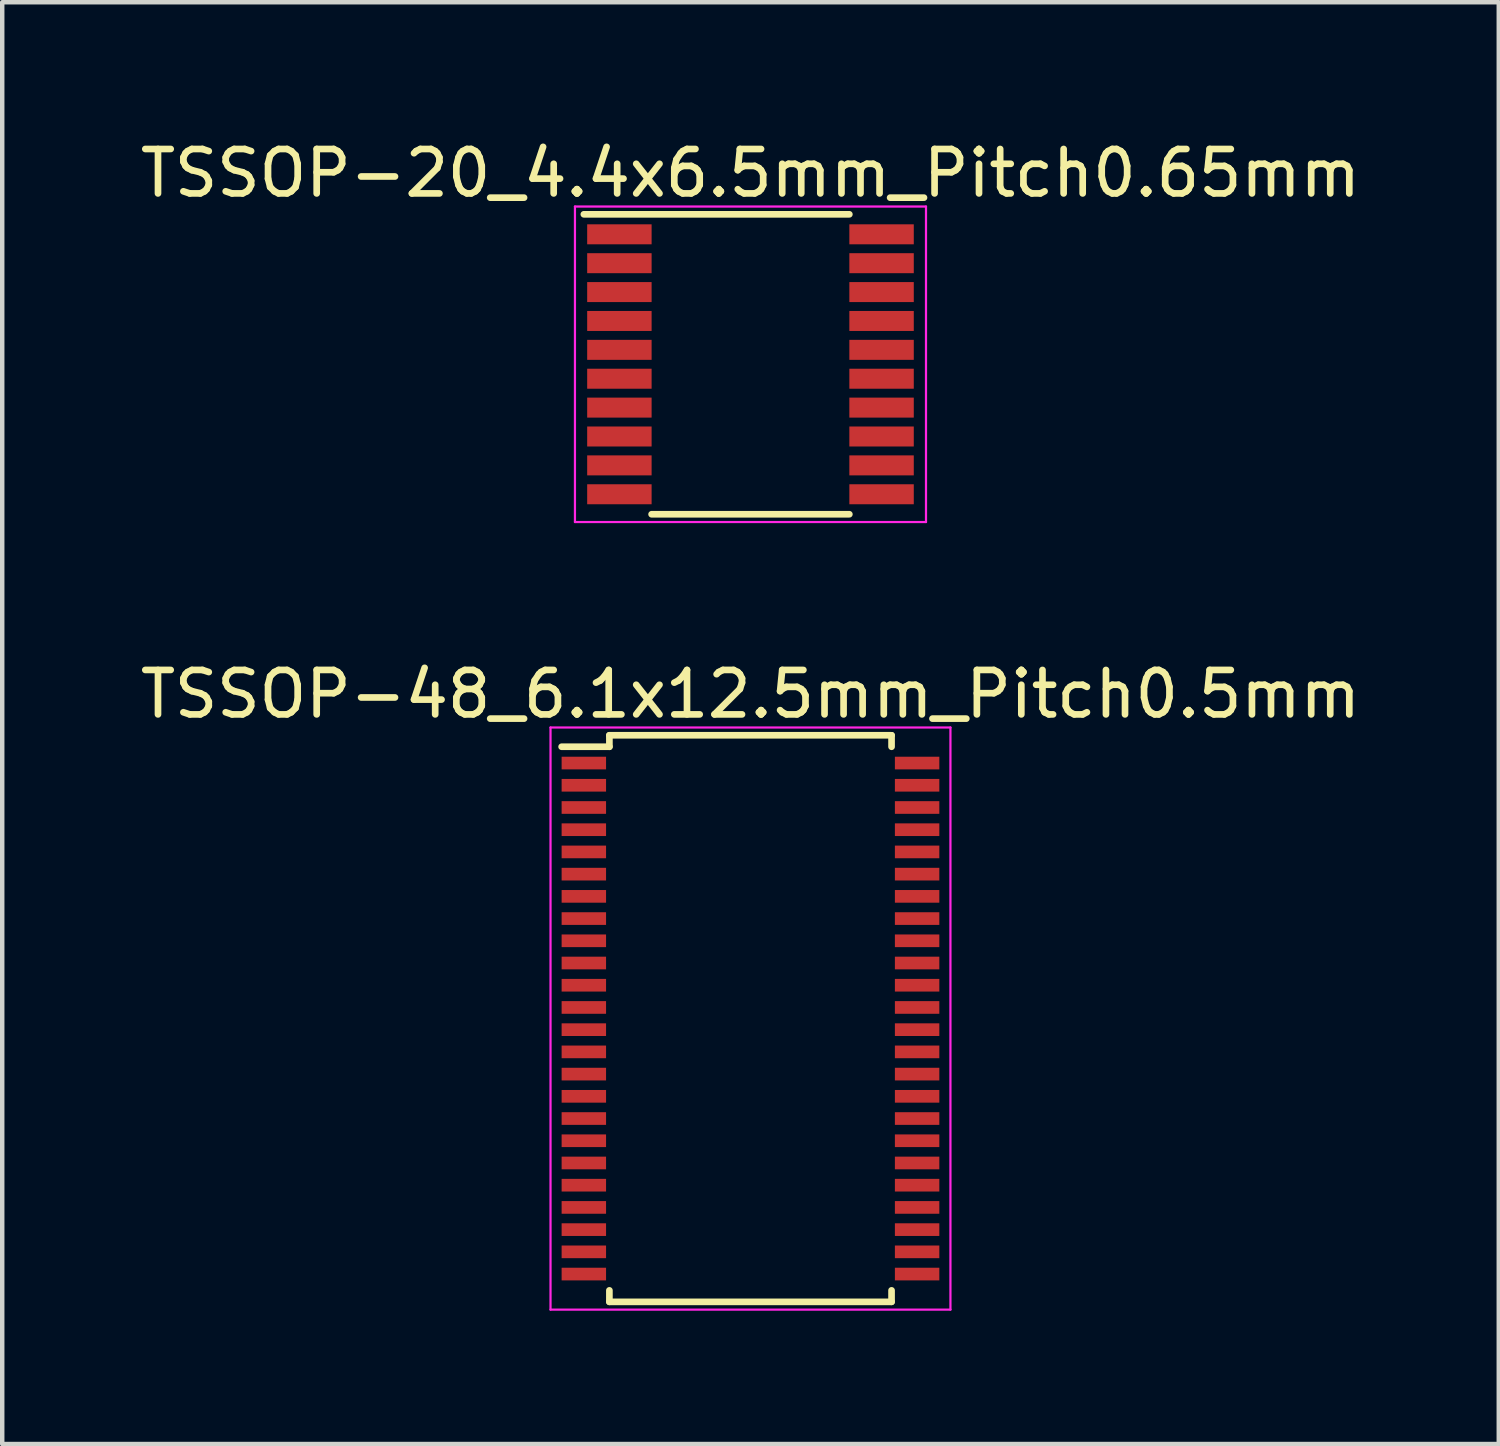
<source format=kicad_pcb>
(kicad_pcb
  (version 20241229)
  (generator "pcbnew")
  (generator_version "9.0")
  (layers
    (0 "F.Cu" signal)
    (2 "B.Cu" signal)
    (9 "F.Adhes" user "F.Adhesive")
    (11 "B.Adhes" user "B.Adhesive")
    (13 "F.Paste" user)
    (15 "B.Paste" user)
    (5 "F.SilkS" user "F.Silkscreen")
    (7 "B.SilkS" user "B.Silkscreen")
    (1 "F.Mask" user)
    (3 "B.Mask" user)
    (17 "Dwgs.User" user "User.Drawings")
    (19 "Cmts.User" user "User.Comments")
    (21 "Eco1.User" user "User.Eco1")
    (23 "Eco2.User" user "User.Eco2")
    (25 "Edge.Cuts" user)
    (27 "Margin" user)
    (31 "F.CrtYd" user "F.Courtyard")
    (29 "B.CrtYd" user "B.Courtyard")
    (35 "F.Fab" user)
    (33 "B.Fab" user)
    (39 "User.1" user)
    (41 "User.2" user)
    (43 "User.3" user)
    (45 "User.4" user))
  (footprint "TSSOP-48_6.1x12.5mm_Pitch0.5mm"
    (layer "F.Cu")
    (at 13.839 19.872)
    (property "Reference" "TSSOP-48_6.1x12.5mm_Pitch0.5mm" (at 0 -7.3 0) (layer "F.SilkS") (effects (font (size 1 1) (thickness 0.15))))
    (attr smd)
    (fp_line (start -3.175 -6.375) (end -3.175 -6.117) (stroke (width 0.15) (type solid)) (layer "F.SilkS"))
    (fp_line (start -3.175 -6.375) (end 3.175 -6.375) (stroke (width 0.15) (type solid)) (layer "F.SilkS"))
    (fp_line (start -3.175 -6.117) (end -4.25 -6.117) (stroke (width 0.15) (type solid)) (layer "F.SilkS"))
    (fp_line (start -3.175 6.375) (end -3.175 6.117) (stroke (width 0.15) (type solid)) (layer "F.SilkS"))
    (fp_line (start -3.175 6.375) (end 3.175 6.375) (stroke (width 0.15) (type solid)) (layer "F.SilkS"))
    (fp_line (start 3.175 -6.375) (end 3.175 -6.117) (stroke (width 0.15) (type solid)) (layer "F.SilkS"))
    (fp_line (start 3.175 6.375) (end 3.175 6.117) (stroke (width 0.15) (type solid)) (layer "F.SilkS"))
    (fp_line (start -4.5 -6.55) (end -4.5 6.55) (stroke (width 0.05) (type solid)) (layer "F.CrtYd"))
    (fp_line (start -4.5 -6.55) (end 4.5 -6.55) (stroke (width 0.05) (type solid)) (layer "F.CrtYd"))
    (fp_line (start -4.5 6.55) (end 4.5 6.55) (stroke (width 0.05) (type solid)) (layer "F.CrtYd"))
    (fp_line (start 4.5 -6.55) (end 4.5 6.55) (stroke (width 0.05) (type solid)) (layer "F.CrtYd"))
    (pad "1" smd rect (at -3.75 -5.75) (size 1 0.285) (layers "F.Cu" "F.Mask" "F.Paste"))
    (pad "2" smd rect (at -3.75 -5.25) (size 1 0.285) (layers "F.Cu" "F.Mask" "F.Paste"))
    (pad "3" smd rect (at -3.75 -4.75) (size 1 0.285) (layers "F.Cu" "F.Mask" "F.Paste"))
    (pad "4" smd rect (at -3.75 -4.25) (size 1 0.285) (layers "F.Cu" "F.Mask" "F.Paste"))
    (pad "5" smd rect (at -3.75 -3.75) (size 1 0.285) (layers "F.Cu" "F.Mask" "F.Paste"))
    (pad "6" smd rect (at -3.75 -3.25) (size 1 0.285) (layers "F.Cu" "F.Mask" "F.Paste"))
    (pad "7" smd rect (at -3.75 -2.75) (size 1 0.285) (layers "F.Cu" "F.Mask" "F.Paste"))
    (pad "8" smd rect (at -3.75 -2.25) (size 1 0.285) (layers "F.Cu" "F.Mask" "F.Paste"))
    (pad "9" smd rect (at -3.75 -1.75) (size 1 0.285) (layers "F.Cu" "F.Mask" "F.Paste"))
    (pad "10" smd rect (at -3.75 -1.25) (size 1 0.285) (layers "F.Cu" "F.Mask" "F.Paste"))
    (pad "11" smd rect (at -3.75 -0.75) (size 1 0.285) (layers "F.Cu" "F.Mask" "F.Paste"))
    (pad "12" smd rect (at -3.75 -0.25) (size 1 0.285) (layers "F.Cu" "F.Mask" "F.Paste"))
    (pad "13" smd rect (at -3.75 0.25) (size 1 0.285) (layers "F.Cu" "F.Mask" "F.Paste"))
    (pad "14" smd rect (at -3.75 0.75) (size 1 0.285) (layers "F.Cu" "F.Mask" "F.Paste"))
    (pad "15" smd rect (at -3.75 1.25) (size 1 0.285) (layers "F.Cu" "F.Mask" "F.Paste"))
    (pad "16" smd rect (at -3.75 1.75) (size 1 0.285) (layers "F.Cu" "F.Mask" "F.Paste"))
    (pad "17" smd rect (at -3.75 2.25) (size 1 0.285) (layers "F.Cu" "F.Mask" "F.Paste"))
    (pad "18" smd rect (at -3.75 2.75) (size 1 0.285) (layers "F.Cu" "F.Mask" "F.Paste"))
    (pad "19" smd rect (at -3.75 3.25) (size 1 0.285) (layers "F.Cu" "F.Mask" "F.Paste"))
    (pad "20" smd rect (at -3.75 3.75) (size 1 0.285) (layers "F.Cu" "F.Mask" "F.Paste"))
    (pad "21" smd rect (at -3.75 4.25) (size 1 0.285) (layers "F.Cu" "F.Mask" "F.Paste"))
    (pad "22" smd rect (at -3.75 4.75) (size 1 0.285) (layers "F.Cu" "F.Mask" "F.Paste"))
    (pad "23" smd rect (at -3.75 5.25) (size 1 0.285) (layers "F.Cu" "F.Mask" "F.Paste"))
    (pad "24" smd rect (at -3.75 5.75) (size 1 0.285) (layers "F.Cu" "F.Mask" "F.Paste"))
    (pad "25" smd rect (at 3.75 5.75) (size 1 0.285) (layers "F.Cu" "F.Mask" "F.Paste"))
    (pad "26" smd rect (at 3.75 5.25) (size 1 0.285) (layers "F.Cu" "F.Mask" "F.Paste"))
    (pad "27" smd rect (at 3.75 4.75) (size 1 0.285) (layers "F.Cu" "F.Mask" "F.Paste"))
    (pad "28" smd rect (at 3.75 4.25) (size 1 0.285) (layers "F.Cu" "F.Mask" "F.Paste"))
    (pad "29" smd rect (at 3.75 3.75) (size 1 0.285) (layers "F.Cu" "F.Mask" "F.Paste"))
    (pad "30" smd rect (at 3.75 3.25) (size 1 0.285) (layers "F.Cu" "F.Mask" "F.Paste"))
    (pad "31" smd rect (at 3.75 2.75) (size 1 0.285) (layers "F.Cu" "F.Mask" "F.Paste"))
    (pad "32" smd rect (at 3.75 2.25) (size 1 0.285) (layers "F.Cu" "F.Mask" "F.Paste"))
    (pad "33" smd rect (at 3.75 1.75) (size 1 0.285) (layers "F.Cu" "F.Mask" "F.Paste"))
    (pad "34" smd rect (at 3.75 1.25) (size 1 0.285) (layers "F.Cu" "F.Mask" "F.Paste"))
    (pad "35" smd rect (at 3.75 0.75) (size 1 0.285) (layers "F.Cu" "F.Mask" "F.Paste"))
    (pad "36" smd rect (at 3.75 0.25) (size 1 0.285) (layers "F.Cu" "F.Mask" "F.Paste"))
    (pad "37" smd rect (at 3.75 -0.25) (size 1 0.285) (layers "F.Cu" "F.Mask" "F.Paste"))
    (pad "38" smd rect (at 3.75 -0.75) (size 1 0.285) (layers "F.Cu" "F.Mask" "F.Paste"))
    (pad "39" smd rect (at 3.75 -1.25) (size 1 0.285) (layers "F.Cu" "F.Mask" "F.Paste"))
    (pad "40" smd rect (at 3.75 -1.75) (size 1 0.285) (layers "F.Cu" "F.Mask" "F.Paste"))
    (pad "41" smd rect (at 3.75 -2.25) (size 1 0.285) (layers "F.Cu" "F.Mask" "F.Paste"))
    (pad "42" smd rect (at 3.75 -2.75) (size 1 0.285) (layers "F.Cu" "F.Mask" "F.Paste"))
    (pad "43" smd rect (at 3.75 -3.25) (size 1 0.285) (layers "F.Cu" "F.Mask" "F.Paste"))
    (pad "44" smd rect (at 3.75 -3.75) (size 1 0.285) (layers "F.Cu" "F.Mask" "F.Paste"))
    (pad "45" smd rect (at 3.75 -4.25) (size 1 0.285) (layers "F.Cu" "F.Mask" "F.Paste"))
    (pad "46" smd rect (at 3.75 -4.75) (size 1 0.285) (layers "F.Cu" "F.Mask" "F.Paste"))
    (pad "47" smd rect (at 3.75 -5.25) (size 1 0.285) (layers "F.Cu" "F.Mask" "F.Paste"))
    (pad "48" smd rect (at 3.75 -5.75) (size 1 0.285) (layers "F.Cu" "F.Mask" "F.Paste")))
  (footprint "TSSOP-20_4.4x6.5mm_Pitch0.65mm"
    (layer "F.Cu")
    (at 13.839 5.148)
    (property "Reference" "TSSOP-20_4.4x6.5mm_Pitch0.65mm" (at 0 -4.3 0) (layer "F.SilkS") (effects (font (size 1 1) (thickness 0.15))))
    (attr smd)
    (fp_line (start -3.75 -3.375) (end 2.225 -3.375) (stroke (width 0.15) (type solid)) (layer "F.SilkS"))
    (fp_line (start -2.225 3.375) (end 2.225 3.375) (stroke (width 0.15) (type solid)) (layer "F.SilkS"))
    (fp_line (start -3.95 -3.55) (end -3.95 3.55) (stroke (width 0.05) (type solid)) (layer "F.CrtYd"))
    (fp_line (start -3.95 -3.55) (end 3.95 -3.55) (stroke (width 0.05) (type solid)) (layer "F.CrtYd"))
    (fp_line (start -3.95 3.55) (end 3.95 3.55) (stroke (width 0.05) (type solid)) (layer "F.CrtYd"))
    (fp_line (start 3.95 -3.55) (end 3.95 3.55) (stroke (width 0.05) (type solid)) (layer "F.CrtYd"))
    (pad "1" smd rect (at -2.95 -2.925) (size 1.45 0.45) (layers "F.Cu" "F.Mask" "F.Paste"))
    (pad "2" smd rect (at -2.95 -2.275) (size 1.45 0.45) (layers "F.Cu" "F.Mask" "F.Paste"))
    (pad "3" smd rect (at -2.95 -1.625) (size 1.45 0.45) (layers "F.Cu" "F.Mask" "F.Paste"))
    (pad "4" smd rect (at -2.95 -0.975) (size 1.45 0.45) (layers "F.Cu" "F.Mask" "F.Paste"))
    (pad "5" smd rect (at -2.95 -0.325) (size 1.45 0.45) (layers "F.Cu" "F.Mask" "F.Paste"))
    (pad "6" smd rect (at -2.95 0.325) (size 1.45 0.45) (layers "F.Cu" "F.Mask" "F.Paste"))
    (pad "7" smd rect (at -2.95 0.975) (size 1.45 0.45) (layers "F.Cu" "F.Mask" "F.Paste"))
    (pad "8" smd rect (at -2.95 1.625) (size 1.45 0.45) (layers "F.Cu" "F.Mask" "F.Paste"))
    (pad "9" smd rect (at -2.95 2.275) (size 1.45 0.45) (layers "F.Cu" "F.Mask" "F.Paste"))
    (pad "10" smd rect (at -2.95 2.925) (size 1.45 0.45) (layers "F.Cu" "F.Mask" "F.Paste"))
    (pad "11" smd rect (at 2.95 2.925) (size 1.45 0.45) (layers "F.Cu" "F.Mask" "F.Paste"))
    (pad "12" smd rect (at 2.95 2.275) (size 1.45 0.45) (layers "F.Cu" "F.Mask" "F.Paste"))
    (pad "13" smd rect (at 2.95 1.625) (size 1.45 0.45) (layers "F.Cu" "F.Mask" "F.Paste"))
    (pad "14" smd rect (at 2.95 0.975) (size 1.45 0.45) (layers "F.Cu" "F.Mask" "F.Paste"))
    (pad "15" smd rect (at 2.95 0.325) (size 1.45 0.45) (layers "F.Cu" "F.Mask" "F.Paste"))
    (pad "16" smd rect (at 2.95 -0.325) (size 1.45 0.45) (layers "F.Cu" "F.Mask" "F.Paste"))
    (pad "17" smd rect (at 2.95 -0.975) (size 1.45 0.45) (layers "F.Cu" "F.Mask" "F.Paste"))
    (pad "18" smd rect (at 2.95 -1.625) (size 1.45 0.45) (layers "F.Cu" "F.Mask" "F.Paste"))
    (pad "19" smd rect (at 2.95 -2.275) (size 1.45 0.45) (layers "F.Cu" "F.Mask" "F.Paste"))
    (pad "20" smd rect (at 2.95 -2.925) (size 1.45 0.45) (layers "F.Cu" "F.Mask" "F.Paste")))
  (gr_rect
    (start -3 -3)
    (end 30.679 29.447)
    (stroke (width 0.1) (type default))
    (fill no)
    (layer "Edge.Cuts")))
</source>
